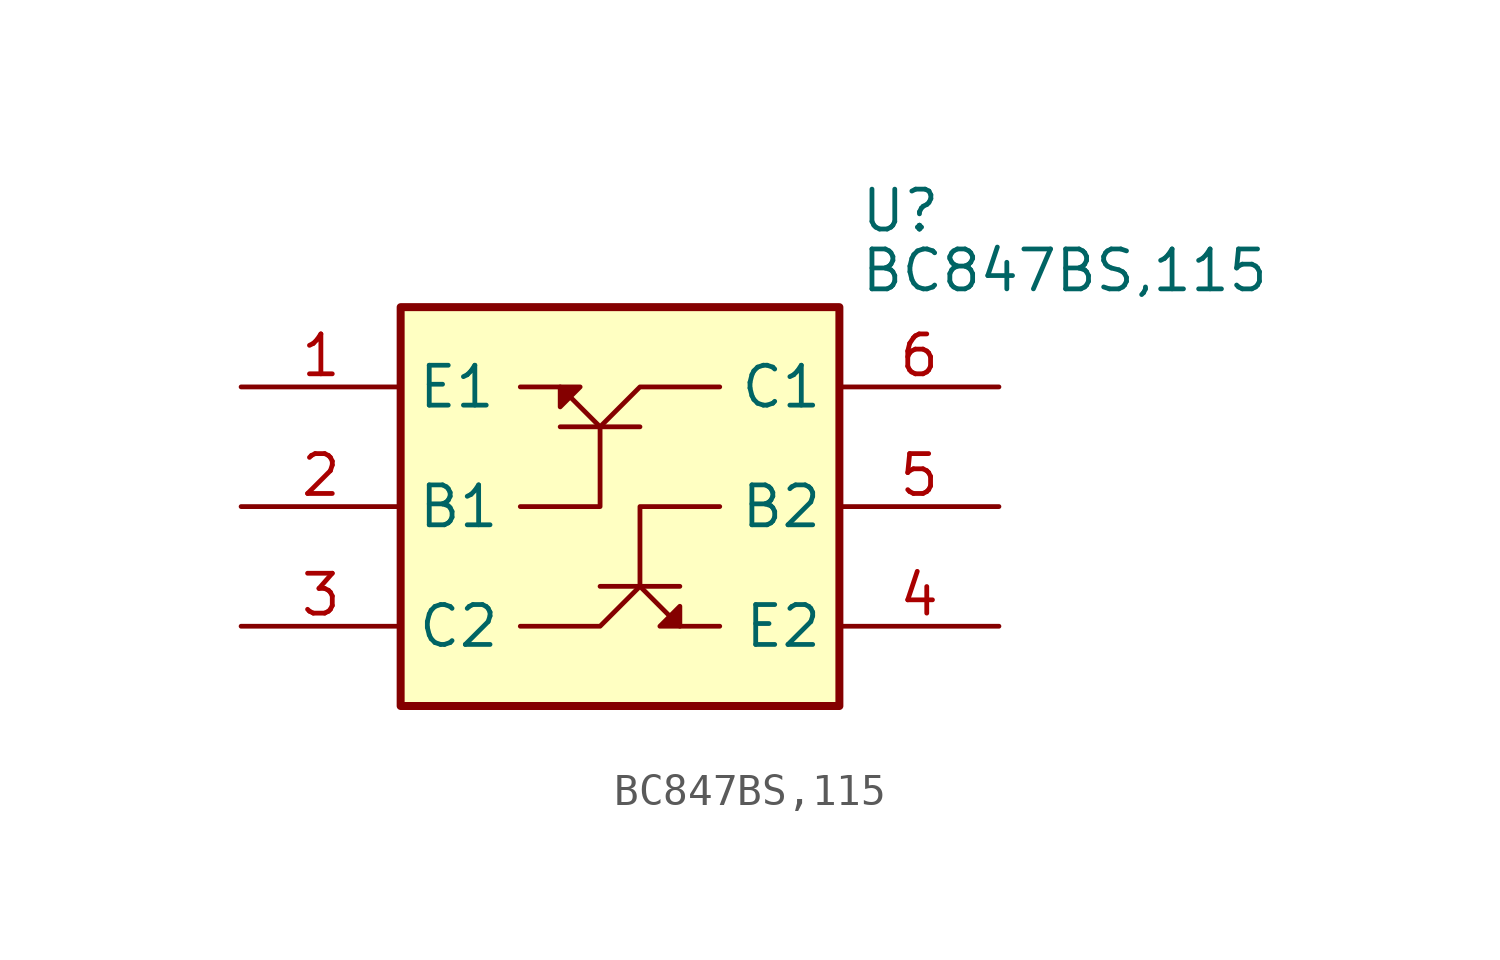
<source format=kicad_sym>
(kicad_symbol_lib
  (version 20231120)
  (generator "kicad_symbol_editor")
  (generator_version "8.0")
  (symbol "BC847BS,115"
    (property "Reference" "U"
      (at 8.255 7.62 0)
      (effects (font (size 1.27 1.27)) (justify left top)))
    (property "Value" "BC847BS,115"
      (at 8.255 5.715 0)
      (effects (font (size 1.27 1.27)) (justify left top)))
    (symbol "BC847BS,115_0_1"
      (polyline (pts (xy -1.27 0) (xy 1.27 0)) (stroke (width 0) (type default)) (fill (type none)))
      (polyline (pts (xy 0 -5.08) (xy 2.54 -5.08)) (stroke (width 0) (type default)) (fill (type none)))
      (polyline (pts (xy -2.54 -2.54) (xy 0 -2.54) (xy 0 0)) (stroke (width 0) (type default)) (fill (type none)))
      (polyline (pts (xy 3.81 -2.54) (xy 1.27 -2.54) (xy 1.27 -5.08)) (stroke (width 0) (type default)) (fill (type none)))
      (polyline (pts (xy -2.54 1.27) (xy -1.27 1.27) (xy -0.635 0.635) (xy 0 0) (xy 1.27 1.27) (xy 3.81 1.27)) (stroke (width 0) (type default)) (fill (type none)))
      (polyline (pts (xy 3.81 -6.35) (xy 2.54 -6.35) (xy 1.905 -5.715) (xy 1.27 -5.08) (xy 0 -6.35) (xy -2.54 -6.35)) (stroke (width 0) (type default)) (fill (type none))))
    (symbol "BC847BS,115_1_1"
      (rectangle (start -6.35 3.81) (end 7.62 -8.89) (stroke (width 0.254) (type default)) (fill (type background)))
      (polyline (pts (xy -1.27 1.27) (xy -1.27 0.635) (xy -1.27 1.27) (xy -0.635 1.27) (xy -1.27 0.635)) (stroke (width 0) (type default)) (fill (type outline)))
      (polyline (pts (xy 2.54 -6.35) (xy 2.54 -5.715) (xy 2.54 -6.35) (xy 1.905 -6.35) (xy 2.54 -5.715)) (stroke (width 0) (type default)) (fill (type outline)))
      (pin passive line (at -11.43 1.27 0) (length 5.08) (name "E1" (effects (font (size 1.27 1.27)))) (number "1" (effects (font (size 1.27 1.27)))))
      (pin passive line (at -11.43 -2.54 0) (length 5.08) (name "B1" (effects (font (size 1.27 1.27)))) (number "2" (effects (font (size 1.27 1.27)))))
      (pin passive line (at -11.43 -6.35 0) (length 5.08) (name "C2" (effects (font (size 1.27 1.27)))) (number "3" (effects (font (size 1.27 1.27)))))
      (pin passive line (at 12.7 -6.35 180) (length 5.08) (name "E2" (effects (font (size 1.27 1.27)))) (number "4" (effects (font (size 1.27 1.27)))))
      (pin passive line (at 12.7 -2.54 180) (length 5.08) (name "B2" (effects (font (size 1.27 1.27)))) (number "5" (effects (font (size 1.27 1.27)))))
      (pin passive line (at 12.7 1.27 180) (length 5.08) (name "C1" (effects (font (size 1.27 1.27)))) (number "6" (effects (font (size 1.27 1.27))))))))
</source>
